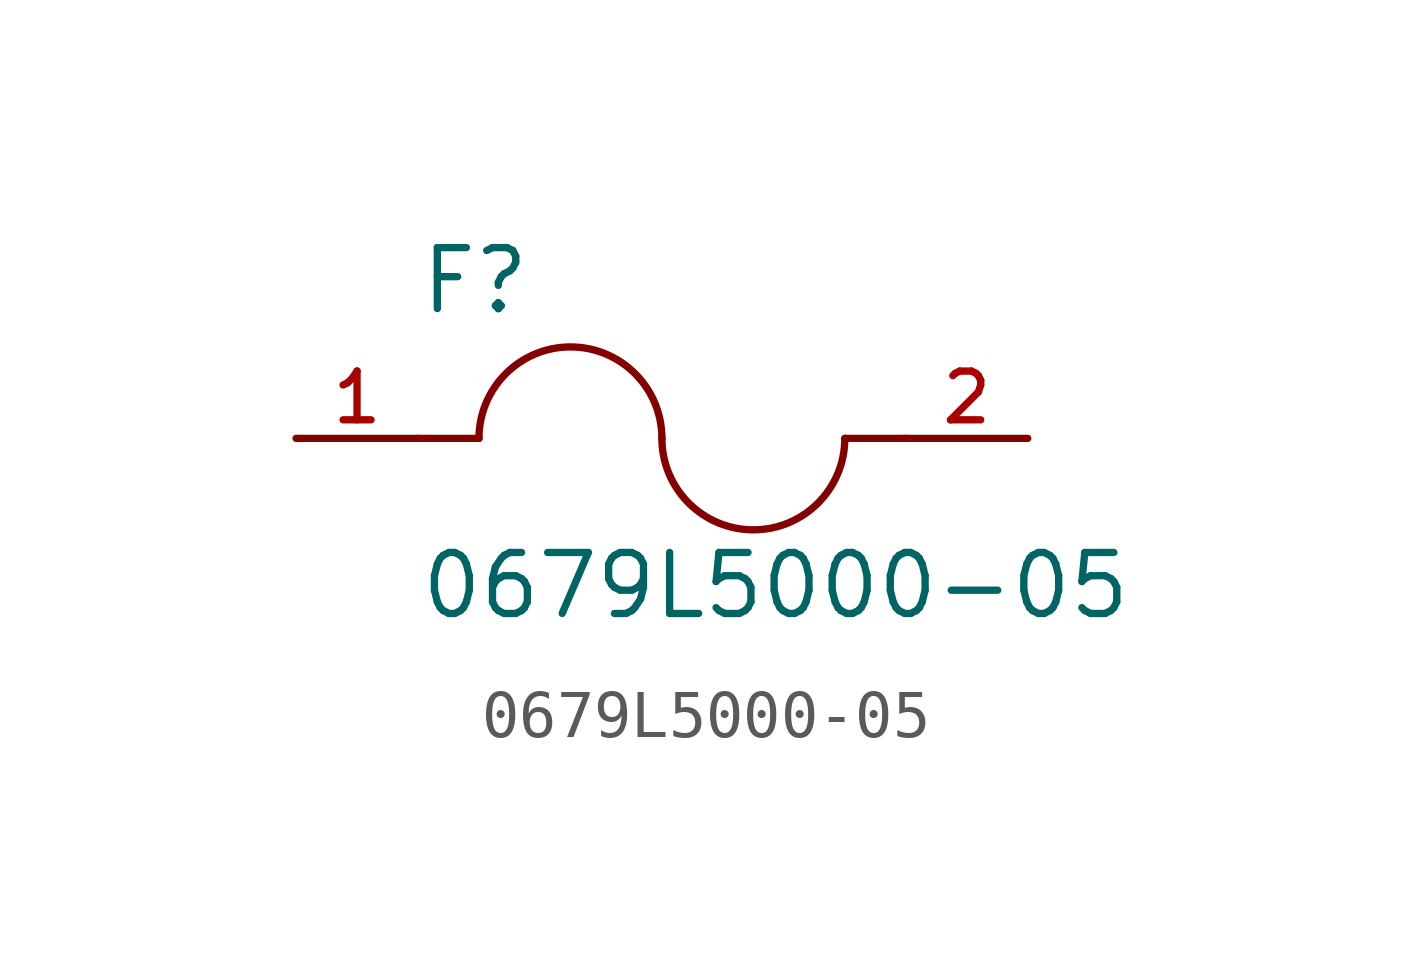
<source format=kicad_sym>
(kicad_symbol_lib
  (version 20211014)
  (generator kicad_symbol_editor)
  (symbol "0679L5000-05"
    (pin_names
      (offset 1.016))
    (property "Reference" "F"
      (at -5.08 2.54 0)
      (effects (font (size 1.27 1.27)) (justify bottom left)))
    (property "Value" "0679L5000-05"
      (at -5.08 -3.81 0)
      (effects (font (size 1.27 1.27)) (justify bottom left)))
    (symbol "0679L5000-05_0_0"
      (arc (start 0.0 0.0) (mid -1.905 1.905) (end -3.81 0.0) (stroke (width 0.1524) (type default) (color 0 0 0 0)) (fill (type none)))
      (arc (start 3.81 0.0) (mid 1.905 -1.905) (end 0.0 0.0) (stroke (width 0.1524) (type default) (color 0 0 0 0)) (fill (type none)))
      (polyline (pts (xy 5.08 0.0) (xy 3.81 0.0)) (stroke (width 0.152)))
      (polyline (pts (xy -5.08 0.0) (xy -3.81 0.0)) (stroke (width 0.152)))
      (pin passive line (at -7.62 0.0 0) (length 2.54) (name "~" (effects (font (size 1.016 1.016)))) (number "1" (effects (font (size 1.016 1.016)))))
      (pin passive line (at 7.62 0.0 180.0) (length 2.54) (name "~" (effects (font (size 1.016 1.016)))) (number "2" (effects (font (size 1.016 1.016))))))))
</source>
